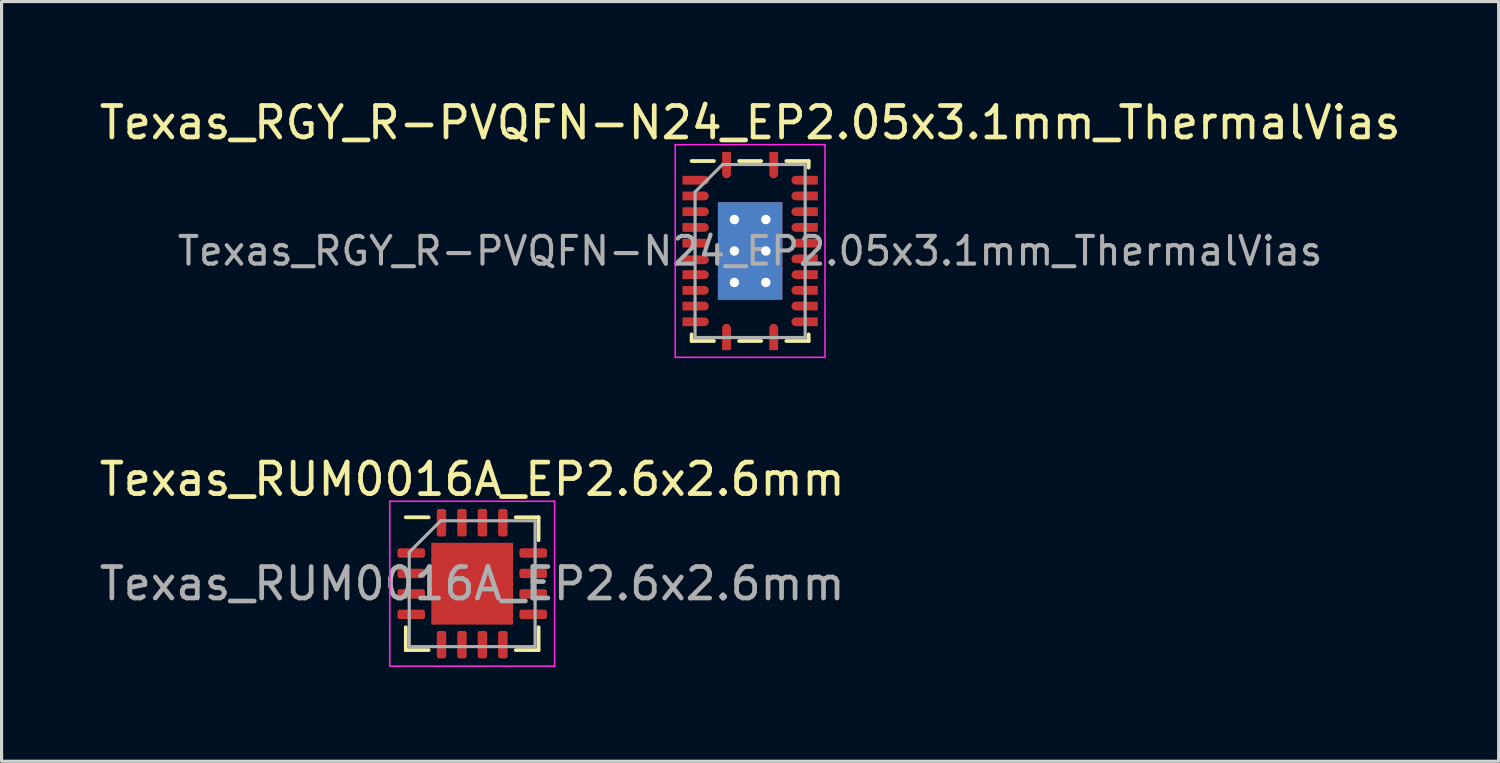
<source format=kicad_pcb>
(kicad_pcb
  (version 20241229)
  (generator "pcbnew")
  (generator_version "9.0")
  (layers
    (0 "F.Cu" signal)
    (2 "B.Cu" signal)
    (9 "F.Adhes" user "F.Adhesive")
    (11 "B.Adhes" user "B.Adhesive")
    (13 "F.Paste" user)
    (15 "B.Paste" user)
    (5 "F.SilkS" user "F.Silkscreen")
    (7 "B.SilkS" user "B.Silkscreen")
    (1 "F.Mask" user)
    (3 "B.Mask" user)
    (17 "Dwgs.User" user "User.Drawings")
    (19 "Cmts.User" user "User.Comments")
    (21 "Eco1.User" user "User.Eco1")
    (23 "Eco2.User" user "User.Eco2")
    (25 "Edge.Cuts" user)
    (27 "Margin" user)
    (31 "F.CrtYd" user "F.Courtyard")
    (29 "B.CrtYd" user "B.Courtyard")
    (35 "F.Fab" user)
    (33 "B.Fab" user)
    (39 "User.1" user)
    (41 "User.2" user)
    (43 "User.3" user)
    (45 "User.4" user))
  (footprint "Texas_RUM0016A_EP2.6x2.6mm"
    (layer "F.Cu")
    (at 11.958 15.502)
    (property "Reference" "Texas_RUM0016A_EP2.6x2.6mm" (at 0 -3.32 0) (layer "F.SilkS") (effects (font (size 1 1) (thickness 0.15))))
    (attr smd)
    (fp_line (start -2.11 2.11) (end -2.11 1.385) (stroke (width 0.12) (type solid)) (layer "F.SilkS"))
    (fp_line (start -1.385 -2.11) (end -2.11 -2.11) (stroke (width 0.12) (type solid)) (layer "F.SilkS"))
    (fp_line (start -1.385 2.11) (end -2.11 2.11) (stroke (width 0.12) (type solid)) (layer "F.SilkS"))
    (fp_line (start 1.385 -2.11) (end 2.11 -2.11) (stroke (width 0.12) (type solid)) (layer "F.SilkS"))
    (fp_line (start 1.385 2.11) (end 2.11 2.11) (stroke (width 0.12) (type solid)) (layer "F.SilkS"))
    (fp_line (start 2.11 -2.11) (end 2.11 -1.385) (stroke (width 0.12) (type solid)) (layer "F.SilkS"))
    (fp_line (start 2.11 2.11) (end 2.11 1.385) (stroke (width 0.12) (type solid)) (layer "F.SilkS"))
    (fp_line (start -2.62 -2.62) (end -2.62 2.62) (stroke (width 0.05) (type solid)) (layer "F.CrtYd"))
    (fp_line (start -2.62 2.62) (end 2.62 2.62) (stroke (width 0.05) (type solid)) (layer "F.CrtYd"))
    (fp_line (start 2.62 -2.62) (end -2.62 -2.62) (stroke (width 0.05) (type solid)) (layer "F.CrtYd"))
    (fp_line (start 2.62 2.62) (end 2.62 -2.62) (stroke (width 0.05) (type solid)) (layer "F.CrtYd"))
    (fp_line (start -2 -1) (end -1 -2) (stroke (width 0.1) (type solid)) (layer "F.Fab"))
    (fp_line (start -2 2) (end -2 -1) (stroke (width 0.1) (type solid)) (layer "F.Fab"))
    (fp_line (start -1 -2) (end 2 -2) (stroke (width 0.1) (type solid)) (layer "F.Fab"))
    (fp_line (start 2 -2) (end 2 2) (stroke (width 0.1) (type solid)) (layer "F.Fab"))
    (fp_line (start 2 2) (end -2 2) (stroke (width 0.1) (type solid)) (layer "F.Fab"))
    (fp_text user "${REFERENCE}" (at 0 0 0) (layer "F.Fab") (effects (font (size 1 1) (thickness 0.15))))
    (pad "" smd roundrect (at -0.65 -0.65) (size 1.05 1.05) (layers "F.Paste") (roundrect_rratio 0.238))
    (pad "" smd roundrect (at -0.65 0.65) (size 1.05 1.05) (layers "F.Paste") (roundrect_rratio 0.238))
    (pad "" smd roundrect (at 0.65 -0.65) (size 1.05 1.05) (layers "F.Paste") (roundrect_rratio 0.238))
    (pad "" smd roundrect (at 0.65 0.65) (size 1.05 1.05) (layers "F.Paste") (roundrect_rratio 0.238))
    (pad "1" smd roundrect (at -1.938 -0.975) (size 0.875 0.3) (layers "F.Cu" "F.Mask" "F.Paste") (roundrect_rratio 0.25))
    (pad "2" smd roundrect (at -1.938 -0.325) (size 0.875 0.3) (layers "F.Cu" "F.Mask" "F.Paste") (roundrect_rratio 0.25))
    (pad "3" smd roundrect (at -1.938 0.325) (size 0.875 0.3) (layers "F.Cu" "F.Mask" "F.Paste") (roundrect_rratio 0.25))
    (pad "4" smd roundrect (at -1.938 0.975) (size 0.875 0.3) (layers "F.Cu" "F.Mask" "F.Paste") (roundrect_rratio 0.25))
    (pad "5" smd roundrect (at -0.975 1.938) (size 0.3 0.875) (layers "F.Cu" "F.Mask" "F.Paste") (roundrect_rratio 0.25))
    (pad "6" smd roundrect (at -0.325 1.938) (size 0.3 0.875) (layers "F.Cu" "F.Mask" "F.Paste") (roundrect_rratio 0.25))
    (pad "7" smd roundrect (at 0.325 1.938) (size 0.3 0.875) (layers "F.Cu" "F.Mask" "F.Paste") (roundrect_rratio 0.25))
    (pad "8" smd roundrect (at 0.975 1.938) (size 0.3 0.875) (layers "F.Cu" "F.Mask" "F.Paste") (roundrect_rratio 0.25))
    (pad "9" smd roundrect (at 1.938 0.975) (size 0.875 0.3) (layers "F.Cu" "F.Mask" "F.Paste") (roundrect_rratio 0.25))
    (pad "10" smd roundrect (at 1.938 0.325) (size 0.875 0.3) (layers "F.Cu" "F.Mask" "F.Paste") (roundrect_rratio 0.25))
    (pad "11" smd roundrect (at 1.938 -0.325) (size 0.875 0.3) (layers "F.Cu" "F.Mask" "F.Paste") (roundrect_rratio 0.25))
    (pad "12" smd roundrect (at 1.938 -0.975) (size 0.875 0.3) (layers "F.Cu" "F.Mask" "F.Paste") (roundrect_rratio 0.25))
    (pad "13" smd roundrect (at 0.975 -1.938) (size 0.3 0.875) (layers "F.Cu" "F.Mask" "F.Paste") (roundrect_rratio 0.25))
    (pad "14" smd roundrect (at 0.325 -1.938) (size 0.3 0.875) (layers "F.Cu" "F.Mask" "F.Paste") (roundrect_rratio 0.25))
    (pad "15" smd roundrect (at -0.325 -1.938) (size 0.3 0.875) (layers "F.Cu" "F.Mask" "F.Paste") (roundrect_rratio 0.25))
    (pad "16" smd roundrect (at -0.975 -1.938) (size 0.3 0.875) (layers "F.Cu" "F.Mask" "F.Paste") (roundrect_rratio 0.25))
    (pad "17" smd rect (at 0 0) (size 2.6 2.6) (layers "F.Cu" "F.Mask")))
  (footprint "Texas_RGY_R-PVQFN-N24_EP2.05x3.1mm_ThermalVias"
    (layer "F.Cu")
    (at 20.792 4.928)
    (property "Reference" "Texas_RGY_R-PVQFN-N24_EP2.05x3.1mm_ThermalVias" (at 0 -4.08 0) (layer "F.SilkS") (effects (font (size 1 1) (thickness 0.15))))
    (attr smd)
    (fp_line (start -1.86 2.86) (end -1.86 2.65) (stroke (width 0.12) (type solid)) (layer "F.SilkS"))
    (fp_line (start -1.15 -2.86) (end -1.86 -2.86) (stroke (width 0.12) (type solid)) (layer "F.SilkS"))
    (fp_line (start -1.15 2.86) (end -1.86 2.86) (stroke (width 0.12) (type solid)) (layer "F.SilkS"))
    (fp_line (start 0.35 -2.86) (end -0.35 -2.86) (stroke (width 0.12) (type solid)) (layer "F.SilkS"))
    (fp_line (start 0.35 2.86) (end -0.35 2.86) (stroke (width 0.12) (type solid)) (layer "F.SilkS"))
    (fp_line (start 1.15 -2.86) (end 1.86 -2.86) (stroke (width 0.12) (type solid)) (layer "F.SilkS"))
    (fp_line (start 1.15 2.86) (end 1.86 2.86) (stroke (width 0.12) (type solid)) (layer "F.SilkS"))
    (fp_line (start 1.86 -2.86) (end 1.86 -2.65) (stroke (width 0.12) (type solid)) (layer "F.SilkS"))
    (fp_line (start 1.86 2.86) (end 1.86 2.65) (stroke (width 0.12) (type solid)) (layer "F.SilkS"))
    (fp_line (start -2.38 -3.38) (end -2.38 3.38) (stroke (width 0.05) (type solid)) (layer "F.CrtYd"))
    (fp_line (start -2.38 3.38) (end 2.38 3.38) (stroke (width 0.05) (type solid)) (layer "F.CrtYd"))
    (fp_line (start 2.38 -3.38) (end -2.38 -3.38) (stroke (width 0.05) (type solid)) (layer "F.CrtYd"))
    (fp_line (start 2.38 3.38) (end 2.38 -3.38) (stroke (width 0.05) (type solid)) (layer "F.CrtYd"))
    (fp_line (start -1.75 -1.875) (end -0.875 -2.75) (stroke (width 0.1) (type solid)) (layer "F.Fab"))
    (fp_line (start -1.75 2.75) (end -1.75 -1.875) (stroke (width 0.1) (type solid)) (layer "F.Fab"))
    (fp_line (start -0.875 -2.75) (end 1.75 -2.75) (stroke (width 0.1) (type solid)) (layer "F.Fab"))
    (fp_line (start 1.75 -2.75) (end 1.75 2.75) (stroke (width 0.1) (type solid)) (layer "F.Fab"))
    (fp_line (start 1.75 2.75) (end -1.75 2.75) (stroke (width 0.1) (type solid)) (layer "F.Fab"))
    (fp_text user "${REFERENCE}" (at 0 0 0) (layer "F.Fab") (effects (font (size 0.88 0.88) (thickness 0.13))))
    (pad "" smd rect (at -0.56 -0.81) (size 0.82 1.32) (layers "F.Paste"))
    (pad "" smd rect (at -0.56 0.81) (size 0.82 1.32) (layers "F.Paste"))
    (pad "" smd rect (at 0.56 -0.81) (size 0.82 1.32) (layers "F.Paste"))
    (pad "" smd rect (at 0.56 0.81) (size 0.82 1.32) (layers "F.Paste"))
    (pad "1" smd custom (at -0.75 -2.795) (size 0.28 0.71) (layers "F.Cu" "F.Mask" "F.Paste") (options (anchor rect)) (primitives (gr_circle (center 0 0.343) (end 0.14 0.343) (width 0) (fill yes))))
    (pad "2" smd custom (at -1.795 -2.25) (size 0.71 0.28) (layers "F.Cu" "F.Mask" "F.Paste") (options (anchor rect)) (primitives (gr_circle (center 0.355 0) (end 0.495 0) (width 0) (fill yes))))
    (pad "3" smd custom (at -1.795 -1.75) (size 0.71 0.28) (layers "F.Cu" "F.Mask" "F.Paste") (options (anchor rect)) (primitives (gr_circle (center 0.343 0) (end 0.482 0) (width 0) (fill yes))))
    (pad "4" smd custom (at -1.795 -1.25) (size 0.71 0.28) (layers "F.Cu" "F.Mask" "F.Paste") (options (anchor rect)) (primitives (gr_circle (center 0.343 0) (end 0.482 0) (width 0) (fill yes))))
    (pad "5" smd custom (at -1.795 -0.75) (size 0.71 0.28) (layers "F.Cu" "F.Mask" "F.Paste") (options (anchor rect)) (primitives (gr_circle (center 0.343 0) (end 0.482 0) (width 0) (fill yes))))
    (pad "6" smd custom (at -1.795 -0.25) (size 0.71 0.28) (layers "F.Cu" "F.Mask" "F.Paste") (options (anchor rect)) (primitives (gr_circle (center 0.343 0) (end 0.482 0) (width 0) (fill yes))))
    (pad "7" smd custom (at -1.795 0.28) (size 0.71 0.28) (layers "F.Cu" "F.Mask" "F.Paste") (options (anchor rect)) (primitives (gr_circle (center 0.343 0) (end 0.482 0) (width 0) (fill yes))))
    (pad "8" smd custom (at -1.795 0.75) (size 0.71 0.28) (layers "F.Cu" "F.Mask" "F.Paste") (options (anchor rect)) (primitives (gr_circle (center 0.343 0) (end 0.482 0) (width 0) (fill yes))))
    (pad "9" smd custom (at -1.795 1.25) (size 0.71 0.28) (layers "F.Cu" "F.Mask" "F.Paste") (options (anchor rect)) (primitives (gr_circle (center 0.343 0) (end 0.482 0) (width 0) (fill yes))))
    (pad "10" smd custom (at -1.795 1.75) (size 0.71 0.28) (layers "F.Cu" "F.Mask" "F.Paste") (options (anchor rect)) (primitives (gr_circle (center 0.343 0) (end 0.482 0) (width 0) (fill yes))))
    (pad "11" smd custom (at -1.795 2.25) (size 0.71 0.28) (layers "F.Cu" "F.Mask" "F.Paste") (options (anchor rect)) (primitives (gr_circle (center 0.343 0) (end 0.482 0) (width 0) (fill yes))))
    (pad "12" smd custom (at -0.75 2.795) (size 0.28 0.71) (layers "F.Cu" "F.Mask" "F.Paste") (options (anchor rect)) (primitives (gr_circle (center 0 -0.343) (end 0.14 -0.343) (width 0) (fill yes))))
    (pad "13" smd custom (at 0.75 2.795) (size 0.28 0.71) (layers "F.Cu" "F.Mask" "F.Paste") (options (anchor rect)) (primitives (gr_circle (center 0 -0.343) (end 0.14 -0.343) (width 0) (fill yes))))
    (pad "14" smd custom (at 1.795 2.25) (size 0.71 0.28) (layers "F.Cu" "F.Mask" "F.Paste") (options (anchor rect)) (primitives (gr_circle (center -0.343 0) (end -0.203 0) (width 0) (fill yes))))
    (pad "15" smd custom (at 1.795 1.75) (size 0.71 0.28) (layers "F.Cu" "F.Mask" "F.Paste") (options (anchor rect)) (primitives (gr_circle (center -0.343 0) (end -0.203 0) (width 0) (fill yes))))
    (pad "16" smd custom (at 1.795 1.25) (size 0.71 0.28) (layers "F.Cu" "F.Mask" "F.Paste") (options (anchor rect)) (primitives (gr_circle (center -0.343 0) (end -0.203 0) (width 0) (fill yes))))
    (pad "17" smd custom (at 1.795 0.75) (size 0.71 0.28) (layers "F.Cu" "F.Mask" "F.Paste") (options (anchor rect)) (primitives (gr_circle (center -0.343 0) (end -0.203 0) (width 0) (fill yes))))
    (pad "18" smd custom (at 1.795 0.25) (size 0.71 0.28) (layers "F.Cu" "F.Mask" "F.Paste") (options (anchor rect)) (primitives (gr_circle (center -0.343 0) (end -0.203 0) (width 0) (fill yes))))
    (pad "19" smd custom (at 1.795 -0.25) (size 0.71 0.28) (layers "F.Cu" "F.Mask" "F.Paste") (options (anchor rect)) (primitives (gr_circle (center -0.343 0) (end -0.203 0) (width 0) (fill yes))))
    (pad "20" smd custom (at 1.795 -0.75) (size 0.71 0.28) (layers "F.Cu" "F.Mask" "F.Paste") (options (anchor rect)) (primitives (gr_circle (center -0.343 0) (end -0.203 0) (width 0) (fill yes))))
    (pad "21" smd custom (at 1.795 -1.25) (size 0.71 0.28) (layers "F.Cu" "F.Mask" "F.Paste") (options (anchor rect)) (primitives (gr_circle (center -0.343 0) (end -0.203 0) (width 0) (fill yes))))
    (pad "22" smd custom (at 1.795 -1.75) (size 0.71 0.28) (layers "F.Cu" "F.Mask" "F.Paste") (options (anchor rect)) (primitives (gr_circle (center -0.343 0) (end -0.203 0) (width 0) (fill yes))))
    (pad "23" smd custom (at 1.795 -2.25) (size 0.71 0.28) (layers "F.Cu" "F.Mask" "F.Paste") (options (anchor rect)) (primitives (gr_circle (center -0.343 0) (end -0.203 0) (width 0) (fill yes))))
    (pad "24" smd custom (at 0.75 -2.795) (size 0.28 0.71) (layers "F.Cu" "F.Mask" "F.Paste") (options (anchor rect)) (primitives (gr_circle (center 0 0.343) (end 0.14 0.343) (width 0) (fill yes))))
    (pad "25" thru_hole circle (at -0.5 -1) (size 0.6 0.6) (drill 0.3) (layers "*.Cu"))
    (pad "25" thru_hole circle (at -0.5 0) (size 0.6 0.6) (drill 0.3) (layers "*.Cu"))
    (pad "25" thru_hole circle (at -0.5 1) (size 0.6 0.6) (drill 0.3) (layers "*.Cu"))
    (pad "25" smd rect (at 0 0) (size 2.05 3.1) (layers "F.Cu" "F.Mask"))
    (pad "25" smd rect (at 0 0) (size 2.05 3.1) (layers "B.Cu"))
    (pad "25" thru_hole circle (at 0.5 -1) (size 0.6 0.6) (drill 0.3) (layers "*.Cu"))
    (pad "25" thru_hole circle (at 0.5 0) (size 0.6 0.6) (drill 0.3) (layers "*.Cu"))
    (pad "25" thru_hole circle (at 0.5 1) (size 0.6 0.6) (drill 0.3) (layers "*.Cu")))
  (gr_rect
    (start -3 -3)
    (end 44.583 21.146)
    (stroke (width 0.1) (type default))
    (fill no)
    (layer "Edge.Cuts")))
</source>
